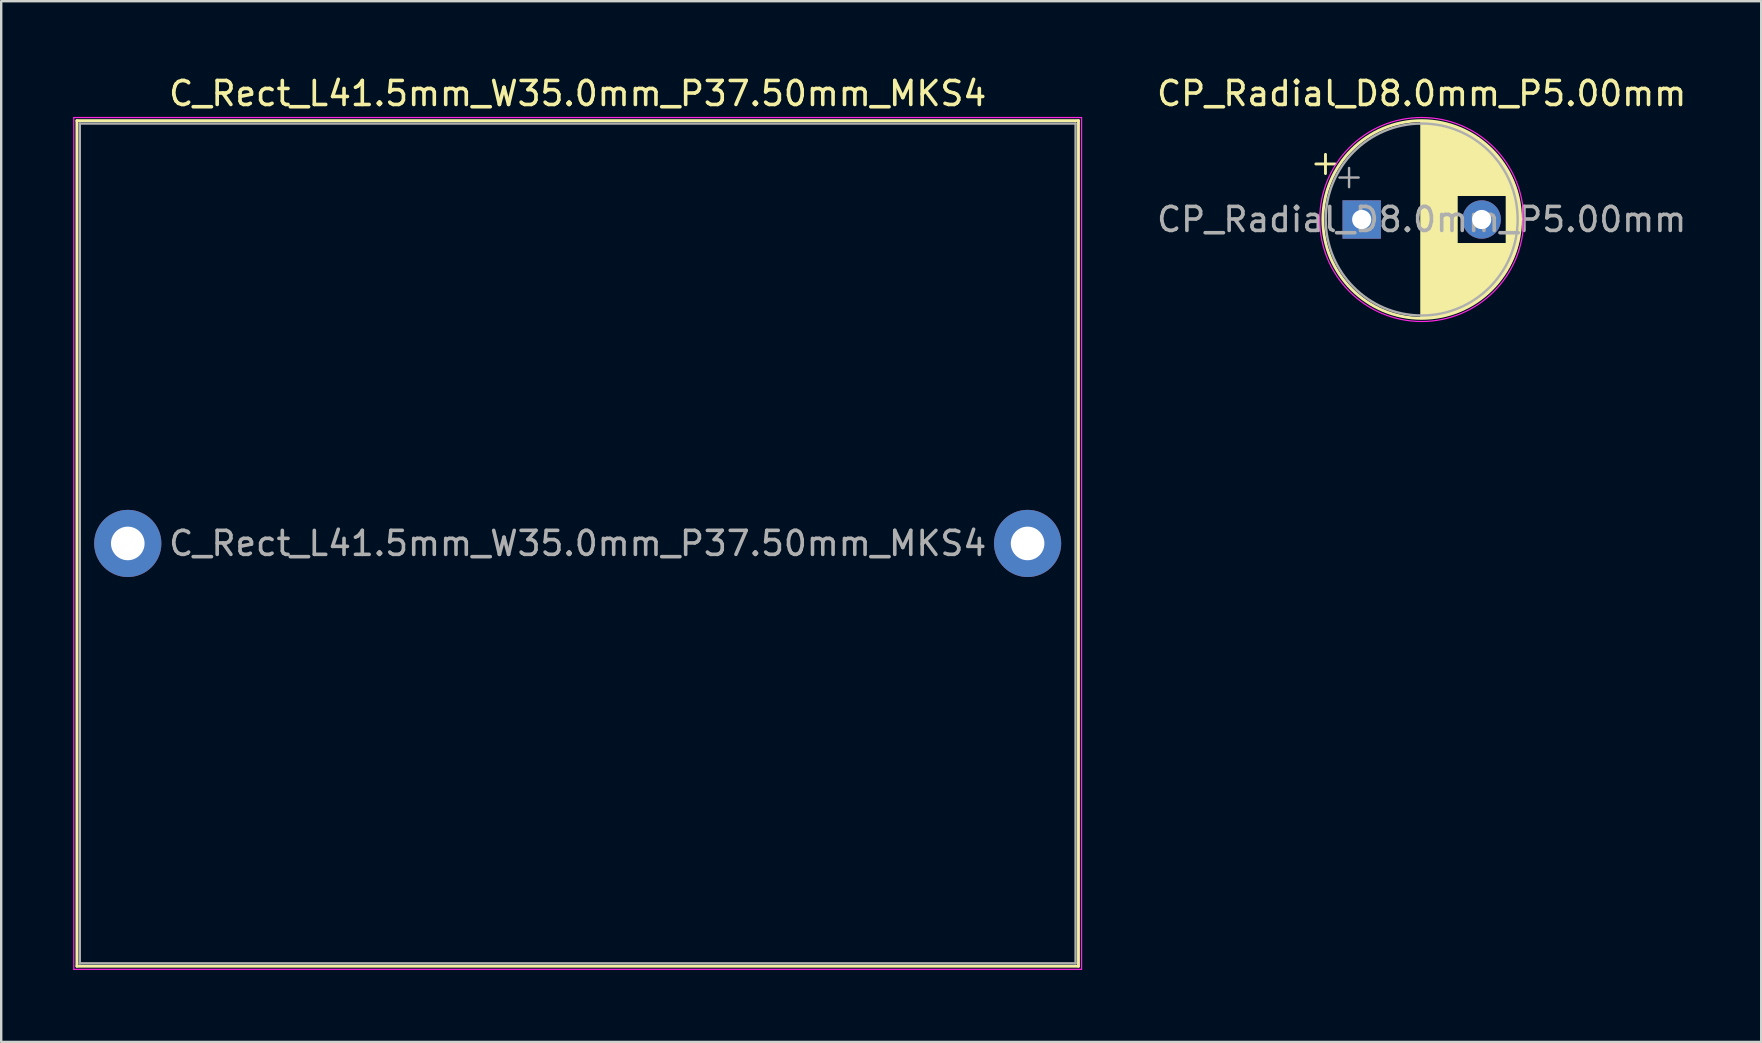
<source format=kicad_pcb>
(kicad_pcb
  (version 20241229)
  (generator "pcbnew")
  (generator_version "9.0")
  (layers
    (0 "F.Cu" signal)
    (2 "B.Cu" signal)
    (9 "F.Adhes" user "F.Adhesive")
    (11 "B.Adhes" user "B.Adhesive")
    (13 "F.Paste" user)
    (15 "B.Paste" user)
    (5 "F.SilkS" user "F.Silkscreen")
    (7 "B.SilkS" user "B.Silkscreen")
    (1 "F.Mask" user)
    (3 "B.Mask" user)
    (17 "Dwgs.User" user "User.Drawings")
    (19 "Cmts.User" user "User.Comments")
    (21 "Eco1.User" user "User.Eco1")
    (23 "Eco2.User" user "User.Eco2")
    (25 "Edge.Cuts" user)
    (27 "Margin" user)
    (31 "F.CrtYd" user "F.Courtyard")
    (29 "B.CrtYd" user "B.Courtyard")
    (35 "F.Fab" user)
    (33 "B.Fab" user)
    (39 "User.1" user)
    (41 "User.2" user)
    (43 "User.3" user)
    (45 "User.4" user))
  (footprint "CP_Radial_D8.0mm_P5.00mm"
    (layer "F.Cu")
    (at 53.699 6.098)
    (property "Reference" "CP_Radial_D8.0mm_P5.00mm" (at 2.5 -5.25 0) (layer "F.SilkS") (effects (font (size 1 1) (thickness 0.15))))
    (attr through_hole)
    (fp_line (start -1.91 -2.315) (end -1.11 -2.315) (stroke (width 0.12) (type solid)) (layer "F.SilkS"))
    (fp_line (start -1.51 -2.715) (end -1.51 -1.915) (stroke (width 0.12) (type solid)) (layer "F.SilkS"))
    (fp_line (start 2.5 -4.08) (end 2.5 4.08) (stroke (width 0.12) (type solid)) (layer "F.SilkS"))
    (fp_line (start 2.54 -4.08) (end 2.54 4.08) (stroke (width 0.12) (type solid)) (layer "F.SilkS"))
    (fp_line (start 2.58 -4.08) (end 2.58 4.08) (stroke (width 0.12) (type solid)) (layer "F.SilkS"))
    (fp_line (start 2.62 -4.079) (end 2.62 4.079) (stroke (width 0.12) (type solid)) (layer "F.SilkS"))
    (fp_line (start 2.66 -4.077) (end 2.66 4.077) (stroke (width 0.12) (type solid)) (layer "F.SilkS"))
    (fp_line (start 2.7 -4.076) (end 2.7 4.076) (stroke (width 0.12) (type solid)) (layer "F.SilkS"))
    (fp_line (start 2.74 -4.074) (end 2.74 4.074) (stroke (width 0.12) (type solid)) (layer "F.SilkS"))
    (fp_line (start 2.78 -4.071) (end 2.78 4.071) (stroke (width 0.12) (type solid)) (layer "F.SilkS"))
    (fp_line (start 2.82 -4.068) (end 2.82 4.068) (stroke (width 0.12) (type solid)) (layer "F.SilkS"))
    (fp_line (start 2.86 -4.065) (end 2.86 4.065) (stroke (width 0.12) (type solid)) (layer "F.SilkS"))
    (fp_line (start 2.9 -4.061) (end 2.9 4.061) (stroke (width 0.12) (type solid)) (layer "F.SilkS"))
    (fp_line (start 2.94 -4.057) (end 2.94 4.057) (stroke (width 0.12) (type solid)) (layer "F.SilkS"))
    (fp_line (start 2.98 -4.052) (end 2.98 4.052) (stroke (width 0.12) (type solid)) (layer "F.SilkS"))
    (fp_line (start 3.02 -4.048) (end 3.02 4.048) (stroke (width 0.12) (type solid)) (layer "F.SilkS"))
    (fp_line (start 3.06 -4.042) (end 3.06 4.042) (stroke (width 0.12) (type solid)) (layer "F.SilkS"))
    (fp_line (start 3.1 -4.037) (end 3.1 4.037) (stroke (width 0.12) (type solid)) (layer "F.SilkS"))
    (fp_line (start 3.14 -4.03) (end 3.14 4.03) (stroke (width 0.12) (type solid)) (layer "F.SilkS"))
    (fp_line (start 3.18 -4.024) (end 3.18 4.024) (stroke (width 0.12) (type solid)) (layer "F.SilkS"))
    (fp_line (start 3.221 -4.017) (end 3.221 4.017) (stroke (width 0.12) (type solid)) (layer "F.SilkS"))
    (fp_line (start 3.261 -4.01) (end 3.261 4.01) (stroke (width 0.12) (type solid)) (layer "F.SilkS"))
    (fp_line (start 3.301 -4.002) (end 3.301 4.002) (stroke (width 0.12) (type solid)) (layer "F.SilkS"))
    (fp_line (start 3.341 -3.994) (end 3.341 3.994) (stroke (width 0.12) (type solid)) (layer "F.SilkS"))
    (fp_line (start 3.381 -3.985) (end 3.381 3.985) (stroke (width 0.12) (type solid)) (layer "F.SilkS"))
    (fp_line (start 3.421 -3.976) (end 3.421 3.976) (stroke (width 0.12) (type solid)) (layer "F.SilkS"))
    (fp_line (start 3.461 -3.967) (end 3.461 3.967) (stroke (width 0.12) (type solid)) (layer "F.SilkS"))
    (fp_line (start 3.501 -3.957) (end 3.501 3.957) (stroke (width 0.12) (type solid)) (layer "F.SilkS"))
    (fp_line (start 3.541 -3.947) (end 3.541 3.947) (stroke (width 0.12) (type solid)) (layer "F.SilkS"))
    (fp_line (start 3.581 -3.936) (end 3.581 3.936) (stroke (width 0.12) (type solid)) (layer "F.SilkS"))
    (fp_line (start 3.621 -3.925) (end 3.621 3.925) (stroke (width 0.12) (type solid)) (layer "F.SilkS"))
    (fp_line (start 3.661 -3.914) (end 3.661 3.914) (stroke (width 0.12) (type solid)) (layer "F.SilkS"))
    (fp_line (start 3.701 -3.902) (end 3.701 3.902) (stroke (width 0.12) (type solid)) (layer "F.SilkS"))
    (fp_line (start 3.741 -3.889) (end 3.741 3.889) (stroke (width 0.12) (type solid)) (layer "F.SilkS"))
    (fp_line (start 3.781 -3.877) (end 3.781 3.877) (stroke (width 0.12) (type solid)) (layer "F.SilkS"))
    (fp_line (start 3.821 -3.863) (end 3.821 3.863) (stroke (width 0.12) (type solid)) (layer "F.SilkS"))
    (fp_line (start 3.861 -3.85) (end 3.861 3.85) (stroke (width 0.12) (type solid)) (layer "F.SilkS"))
    (fp_line (start 3.901 -3.835) (end 3.901 3.835) (stroke (width 0.12) (type solid)) (layer "F.SilkS"))
    (fp_line (start 3.941 -3.821) (end 3.941 3.821) (stroke (width 0.12) (type solid)) (layer "F.SilkS"))
    (fp_line (start 3.981 -3.805) (end 3.981 -1.04) (stroke (width 0.12) (type solid)) (layer "F.SilkS"))
    (fp_line (start 3.981 1.04) (end 3.981 3.805) (stroke (width 0.12) (type solid)) (layer "F.SilkS"))
    (fp_line (start 4.021 -3.79) (end 4.021 -1.04) (stroke (width 0.12) (type solid)) (layer "F.SilkS"))
    (fp_line (start 4.021 1.04) (end 4.021 3.79) (stroke (width 0.12) (type solid)) (layer "F.SilkS"))
    (fp_line (start 4.061 -3.774) (end 4.061 -1.04) (stroke (width 0.12) (type solid)) (layer "F.SilkS"))
    (fp_line (start 4.061 1.04) (end 4.061 3.774) (stroke (width 0.12) (type solid)) (layer "F.SilkS"))
    (fp_line (start 4.101 -3.757) (end 4.101 -1.04) (stroke (width 0.12) (type solid)) (layer "F.SilkS"))
    (fp_line (start 4.101 1.04) (end 4.101 3.757) (stroke (width 0.12) (type solid)) (layer "F.SilkS"))
    (fp_line (start 4.141 -3.74) (end 4.141 -1.04) (stroke (width 0.12) (type solid)) (layer "F.SilkS"))
    (fp_line (start 4.141 1.04) (end 4.141 3.74) (stroke (width 0.12) (type solid)) (layer "F.SilkS"))
    (fp_line (start 4.181 -3.722) (end 4.181 -1.04) (stroke (width 0.12) (type solid)) (layer "F.SilkS"))
    (fp_line (start 4.181 1.04) (end 4.181 3.722) (stroke (width 0.12) (type solid)) (layer "F.SilkS"))
    (fp_line (start 4.221 -3.704) (end 4.221 -1.04) (stroke (width 0.12) (type solid)) (layer "F.SilkS"))
    (fp_line (start 4.221 1.04) (end 4.221 3.704) (stroke (width 0.12) (type solid)) (layer "F.SilkS"))
    (fp_line (start 4.261 -3.686) (end 4.261 -1.04) (stroke (width 0.12) (type solid)) (layer "F.SilkS"))
    (fp_line (start 4.261 1.04) (end 4.261 3.686) (stroke (width 0.12) (type solid)) (layer "F.SilkS"))
    (fp_line (start 4.301 -3.666) (end 4.301 -1.04) (stroke (width 0.12) (type solid)) (layer "F.SilkS"))
    (fp_line (start 4.301 1.04) (end 4.301 3.666) (stroke (width 0.12) (type solid)) (layer "F.SilkS"))
    (fp_line (start 4.341 -3.647) (end 4.341 -1.04) (stroke (width 0.12) (type solid)) (layer "F.SilkS"))
    (fp_line (start 4.341 1.04) (end 4.341 3.647) (stroke (width 0.12) (type solid)) (layer "F.SilkS"))
    (fp_line (start 4.381 -3.627) (end 4.381 -1.04) (stroke (width 0.12) (type solid)) (layer "F.SilkS"))
    (fp_line (start 4.381 1.04) (end 4.381 3.627) (stroke (width 0.12) (type solid)) (layer "F.SilkS"))
    (fp_line (start 4.421 -3.606) (end 4.421 -1.04) (stroke (width 0.12) (type solid)) (layer "F.SilkS"))
    (fp_line (start 4.421 1.04) (end 4.421 3.606) (stroke (width 0.12) (type solid)) (layer "F.SilkS"))
    (fp_line (start 4.461 -3.584) (end 4.461 -1.04) (stroke (width 0.12) (type solid)) (layer "F.SilkS"))
    (fp_line (start 4.461 1.04) (end 4.461 3.584) (stroke (width 0.12) (type solid)) (layer "F.SilkS"))
    (fp_line (start 4.501 -3.562) (end 4.501 -1.04) (stroke (width 0.12) (type solid)) (layer "F.SilkS"))
    (fp_line (start 4.501 1.04) (end 4.501 3.562) (stroke (width 0.12) (type solid)) (layer "F.SilkS"))
    (fp_line (start 4.541 -3.54) (end 4.541 -1.04) (stroke (width 0.12) (type solid)) (layer "F.SilkS"))
    (fp_line (start 4.541 1.04) (end 4.541 3.54) (stroke (width 0.12) (type solid)) (layer "F.SilkS"))
    (fp_line (start 4.581 -3.517) (end 4.581 -1.04) (stroke (width 0.12) (type solid)) (layer "F.SilkS"))
    (fp_line (start 4.581 1.04) (end 4.581 3.517) (stroke (width 0.12) (type solid)) (layer "F.SilkS"))
    (fp_line (start 4.621 -3.493) (end 4.621 -1.04) (stroke (width 0.12) (type solid)) (layer "F.SilkS"))
    (fp_line (start 4.621 1.04) (end 4.621 3.493) (stroke (width 0.12) (type solid)) (layer "F.SilkS"))
    (fp_line (start 4.661 -3.469) (end 4.661 -1.04) (stroke (width 0.12) (type solid)) (layer "F.SilkS"))
    (fp_line (start 4.661 1.04) (end 4.661 3.469) (stroke (width 0.12) (type solid)) (layer "F.SilkS"))
    (fp_line (start 4.701 -3.444) (end 4.701 -1.04) (stroke (width 0.12) (type solid)) (layer "F.SilkS"))
    (fp_line (start 4.701 1.04) (end 4.701 3.444) (stroke (width 0.12) (type solid)) (layer "F.SilkS"))
    (fp_line (start 4.741 -3.418) (end 4.741 -1.04) (stroke (width 0.12) (type solid)) (layer "F.SilkS"))
    (fp_line (start 4.741 1.04) (end 4.741 3.418) (stroke (width 0.12) (type solid)) (layer "F.SilkS"))
    (fp_line (start 4.781 -3.392) (end 4.781 -1.04) (stroke (width 0.12) (type solid)) (layer "F.SilkS"))
    (fp_line (start 4.781 1.04) (end 4.781 3.392) (stroke (width 0.12) (type solid)) (layer "F.SilkS"))
    (fp_line (start 4.821 -3.365) (end 4.821 -1.04) (stroke (width 0.12) (type solid)) (layer "F.SilkS"))
    (fp_line (start 4.821 1.04) (end 4.821 3.365) (stroke (width 0.12) (type solid)) (layer "F.SilkS"))
    (fp_line (start 4.861 -3.338) (end 4.861 -1.04) (stroke (width 0.12) (type solid)) (layer "F.SilkS"))
    (fp_line (start 4.861 1.04) (end 4.861 3.338) (stroke (width 0.12) (type solid)) (layer "F.SilkS"))
    (fp_line (start 4.901 -3.309) (end 4.901 -1.04) (stroke (width 0.12) (type solid)) (layer "F.SilkS"))
    (fp_line (start 4.901 1.04) (end 4.901 3.309) (stroke (width 0.12) (type solid)) (layer "F.SilkS"))
    (fp_line (start 4.941 -3.28) (end 4.941 -1.04) (stroke (width 0.12) (type solid)) (layer "F.SilkS"))
    (fp_line (start 4.941 1.04) (end 4.941 3.28) (stroke (width 0.12) (type solid)) (layer "F.SilkS"))
    (fp_line (start 4.981 -3.25) (end 4.981 -1.04) (stroke (width 0.12) (type solid)) (layer "F.SilkS"))
    (fp_line (start 4.981 1.04) (end 4.981 3.25) (stroke (width 0.12) (type solid)) (layer "F.SilkS"))
    (fp_line (start 5.021 -3.22) (end 5.021 -1.04) (stroke (width 0.12) (type solid)) (layer "F.SilkS"))
    (fp_line (start 5.021 1.04) (end 5.021 3.22) (stroke (width 0.12) (type solid)) (layer "F.SilkS"))
    (fp_line (start 5.061 -3.189) (end 5.061 -1.04) (stroke (width 0.12) (type solid)) (layer "F.SilkS"))
    (fp_line (start 5.061 1.04) (end 5.061 3.189) (stroke (width 0.12) (type solid)) (layer "F.SilkS"))
    (fp_line (start 5.101 -3.156) (end 5.101 -1.04) (stroke (width 0.12) (type solid)) (layer "F.SilkS"))
    (fp_line (start 5.101 1.04) (end 5.101 3.156) (stroke (width 0.12) (type solid)) (layer "F.SilkS"))
    (fp_line (start 5.141 -3.124) (end 5.141 -1.04) (stroke (width 0.12) (type solid)) (layer "F.SilkS"))
    (fp_line (start 5.141 1.04) (end 5.141 3.124) (stroke (width 0.12) (type solid)) (layer "F.SilkS"))
    (fp_line (start 5.181 -3.09) (end 5.181 -1.04) (stroke (width 0.12) (type solid)) (layer "F.SilkS"))
    (fp_line (start 5.181 1.04) (end 5.181 3.09) (stroke (width 0.12) (type solid)) (layer "F.SilkS"))
    (fp_line (start 5.221 -3.055) (end 5.221 -1.04) (stroke (width 0.12) (type solid)) (layer "F.SilkS"))
    (fp_line (start 5.221 1.04) (end 5.221 3.055) (stroke (width 0.12) (type solid)) (layer "F.SilkS"))
    (fp_line (start 5.261 -3.019) (end 5.261 -1.04) (stroke (width 0.12) (type solid)) (layer "F.SilkS"))
    (fp_line (start 5.261 1.04) (end 5.261 3.019) (stroke (width 0.12) (type solid)) (layer "F.SilkS"))
    (fp_line (start 5.301 -2.983) (end 5.301 -1.04) (stroke (width 0.12) (type solid)) (layer "F.SilkS"))
    (fp_line (start 5.301 1.04) (end 5.301 2.983) (stroke (width 0.12) (type solid)) (layer "F.SilkS"))
    (fp_line (start 5.341 -2.945) (end 5.341 -1.04) (stroke (width 0.12) (type solid)) (layer "F.SilkS"))
    (fp_line (start 5.341 1.04) (end 5.341 2.945) (stroke (width 0.12) (type solid)) (layer "F.SilkS"))
    (fp_line (start 5.381 -2.907) (end 5.381 -1.04) (stroke (width 0.12) (type solid)) (layer "F.SilkS"))
    (fp_line (start 5.381 1.04) (end 5.381 2.907) (stroke (width 0.12) (type solid)) (layer "F.SilkS"))
    (fp_line (start 5.421 -2.867) (end 5.421 -1.04) (stroke (width 0.12) (type solid)) (layer "F.SilkS"))
    (fp_line (start 5.421 1.04) (end 5.421 2.867) (stroke (width 0.12) (type solid)) (layer "F.SilkS"))
    (fp_line (start 5.461 -2.826) (end 5.461 -1.04) (stroke (width 0.12) (type solid)) (layer "F.SilkS"))
    (fp_line (start 5.461 1.04) (end 5.461 2.826) (stroke (width 0.12) (type solid)) (layer "F.SilkS"))
    (fp_line (start 5.501 -2.784) (end 5.501 -1.04) (stroke (width 0.12) (type solid)) (layer "F.SilkS"))
    (fp_line (start 5.501 1.04) (end 5.501 2.784) (stroke (width 0.12) (type solid)) (layer "F.SilkS"))
    (fp_line (start 5.541 -2.741) (end 5.541 -1.04) (stroke (width 0.12) (type solid)) (layer "F.SilkS"))
    (fp_line (start 5.541 1.04) (end 5.541 2.741) (stroke (width 0.12) (type solid)) (layer "F.SilkS"))
    (fp_line (start 5.581 -2.697) (end 5.581 -1.04) (stroke (width 0.12) (type solid)) (layer "F.SilkS"))
    (fp_line (start 5.581 1.04) (end 5.581 2.697) (stroke (width 0.12) (type solid)) (layer "F.SilkS"))
    (fp_line (start 5.621 -2.651) (end 5.621 -1.04) (stroke (width 0.12) (type solid)) (layer "F.SilkS"))
    (fp_line (start 5.621 1.04) (end 5.621 2.651) (stroke (width 0.12) (type solid)) (layer "F.SilkS"))
    (fp_line (start 5.661 -2.604) (end 5.661 -1.04) (stroke (width 0.12) (type solid)) (layer "F.SilkS"))
    (fp_line (start 5.661 1.04) (end 5.661 2.604) (stroke (width 0.12) (type solid)) (layer "F.SilkS"))
    (fp_line (start 5.701 -2.556) (end 5.701 -1.04) (stroke (width 0.12) (type solid)) (layer "F.SilkS"))
    (fp_line (start 5.701 1.04) (end 5.701 2.556) (stroke (width 0.12) (type solid)) (layer "F.SilkS"))
    (fp_line (start 5.741 -2.505) (end 5.741 -1.04) (stroke (width 0.12) (type solid)) (layer "F.SilkS"))
    (fp_line (start 5.741 1.04) (end 5.741 2.505) (stroke (width 0.12) (type solid)) (layer "F.SilkS"))
    (fp_line (start 5.781 -2.454) (end 5.781 -1.04) (stroke (width 0.12) (type solid)) (layer "F.SilkS"))
    (fp_line (start 5.781 1.04) (end 5.781 2.454) (stroke (width 0.12) (type solid)) (layer "F.SilkS"))
    (fp_line (start 5.821 -2.4) (end 5.821 -1.04) (stroke (width 0.12) (type solid)) (layer "F.SilkS"))
    (fp_line (start 5.821 1.04) (end 5.821 2.4) (stroke (width 0.12) (type solid)) (layer "F.SilkS"))
    (fp_line (start 5.861 -2.345) (end 5.861 -1.04) (stroke (width 0.12) (type solid)) (layer "F.SilkS"))
    (fp_line (start 5.861 1.04) (end 5.861 2.345) (stroke (width 0.12) (type solid)) (layer "F.SilkS"))
    (fp_line (start 5.901 -2.287) (end 5.901 -1.04) (stroke (width 0.12) (type solid)) (layer "F.SilkS"))
    (fp_line (start 5.901 1.04) (end 5.901 2.287) (stroke (width 0.12) (type solid)) (layer "F.SilkS"))
    (fp_line (start 5.941 -2.228) (end 5.941 -1.04) (stroke (width 0.12) (type solid)) (layer "F.SilkS"))
    (fp_line (start 5.941 1.04) (end 5.941 2.228) (stroke (width 0.12) (type solid)) (layer "F.SilkS"))
    (fp_line (start 5.981 -2.166) (end 5.981 -1.04) (stroke (width 0.12) (type solid)) (layer "F.SilkS"))
    (fp_line (start 5.981 1.04) (end 5.981 2.166) (stroke (width 0.12) (type solid)) (layer "F.SilkS"))
    (fp_line (start 6.021 -2.102) (end 6.021 -1.04) (stroke (width 0.12) (type solid)) (layer "F.SilkS"))
    (fp_line (start 6.021 1.04) (end 6.021 2.102) (stroke (width 0.12) (type solid)) (layer "F.SilkS"))
    (fp_line (start 6.061 -2.034) (end 6.061 2.034) (stroke (width 0.12) (type solid)) (layer "F.SilkS"))
    (fp_line (start 6.101 -1.964) (end 6.101 1.964) (stroke (width 0.12) (type solid)) (layer "F.SilkS"))
    (fp_line (start 6.141 -1.89) (end 6.141 1.89) (stroke (width 0.12) (type solid)) (layer "F.SilkS"))
    (fp_line (start 6.181 -1.813) (end 6.181 1.813) (stroke (width 0.12) (type solid)) (layer "F.SilkS"))
    (fp_line (start 6.221 -1.731) (end 6.221 1.731) (stroke (width 0.12) (type solid)) (layer "F.SilkS"))
    (fp_line (start 6.261 -1.645) (end 6.261 1.645) (stroke (width 0.12) (type solid)) (layer "F.SilkS"))
    (fp_line (start 6.301 -1.552) (end 6.301 1.552) (stroke (width 0.12) (type solid)) (layer "F.SilkS"))
    (fp_line (start 6.341 -1.453) (end 6.341 1.453) (stroke (width 0.12) (type solid)) (layer "F.SilkS"))
    (fp_line (start 6.381 -1.346) (end 6.381 1.346) (stroke (width 0.12) (type solid)) (layer "F.SilkS"))
    (fp_line (start 6.421 -1.229) (end 6.421 1.229) (stroke (width 0.12) (type solid)) (layer "F.SilkS"))
    (fp_line (start 6.461 -1.098) (end 6.461 1.098) (stroke (width 0.12) (type solid)) (layer "F.SilkS"))
    (fp_line (start 6.501 -0.948) (end 6.501 0.948) (stroke (width 0.12) (type solid)) (layer "F.SilkS"))
    (fp_line (start 6.541 -0.768) (end 6.541 0.768) (stroke (width 0.12) (type solid)) (layer "F.SilkS"))
    (fp_line (start 6.581 -0.533) (end 6.581 0.533) (stroke (width 0.12) (type solid)) (layer "F.SilkS"))
    (fp_circle (center 2.5 0) (end 6.62 0) (stroke (width 0.12) (type solid)) (fill no) (layer "F.SilkS"))
    (fp_circle (center 2.5 0) (end 6.75 0) (stroke (width 0.05) (type solid)) (fill no) (layer "F.CrtYd"))
    (fp_line (start -0.927 -1.748) (end -0.127 -1.748) (stroke (width 0.1) (type solid)) (layer "F.Fab"))
    (fp_line (start -0.527 -2.147) (end -0.527 -1.347) (stroke (width 0.1) (type solid)) (layer "F.Fab"))
    (fp_circle (center 2.5 0) (end 6.5 0) (stroke (width 0.1) (type solid)) (fill no) (layer "F.Fab"))
    (fp_text user "${REFERENCE}" (at 2.5 0 0) (layer "F.Fab") (effects (font (size 1 1) (thickness 0.15))))
    (pad "1" thru_hole rect (at 0 0) (size 1.6 1.6) (drill 0.8) (layers "*.Cu" "*.Mask"))
    (pad "2" thru_hole circle (at 5 0) (size 1.6 1.6) (drill 0.8) (layers "*.Cu" "*.Mask")))
  (footprint "C_Rect_L41.5mm_W35.0mm_P37.50mm_MKS4"
    (layer "F.Cu")
    (at 2.275 19.598)
    (property "Reference" "C_Rect_L41.5mm_W35.0mm_P37.50mm_MKS4" (at 18.75 -18.75 0) (layer "F.SilkS") (effects (font (size 1 1) (thickness 0.15))))
    (attr through_hole)
    (fp_line (start -2.12 -17.62) (end -2.12 17.62) (stroke (width 0.12) (type solid)) (layer "F.SilkS"))
    (fp_line (start -2.12 -17.62) (end 39.62 -17.62) (stroke (width 0.12) (type solid)) (layer "F.SilkS"))
    (fp_line (start -2.12 17.62) (end 39.62 17.62) (stroke (width 0.12) (type solid)) (layer "F.SilkS"))
    (fp_line (start 39.62 -17.62) (end 39.62 17.62) (stroke (width 0.12) (type solid)) (layer "F.SilkS"))
    (fp_line (start -2.25 -17.75) (end -2.25 17.75) (stroke (width 0.05) (type solid)) (layer "F.CrtYd"))
    (fp_line (start -2.25 17.75) (end 39.75 17.75) (stroke (width 0.05) (type solid)) (layer "F.CrtYd"))
    (fp_line (start 39.75 -17.75) (end -2.25 -17.75) (stroke (width 0.05) (type solid)) (layer "F.CrtYd"))
    (fp_line (start 39.75 17.75) (end 39.75 -17.75) (stroke (width 0.05) (type solid)) (layer "F.CrtYd"))
    (fp_line (start -2 -17.5) (end -2 17.5) (stroke (width 0.1) (type solid)) (layer "F.Fab"))
    (fp_line (start -2 17.5) (end 39.5 17.5) (stroke (width 0.1) (type solid)) (layer "F.Fab"))
    (fp_line (start 39.5 -17.5) (end -2 -17.5) (stroke (width 0.1) (type solid)) (layer "F.Fab"))
    (fp_line (start 39.5 17.5) (end 39.5 -17.5) (stroke (width 0.1) (type solid)) (layer "F.Fab"))
    (fp_text user "${REFERENCE}" (at 18.75 0 0) (layer "F.Fab") (effects (font (size 1 1) (thickness 0.15))))
    (pad "1" thru_hole circle (at 0 0) (size 2.8 2.8) (drill 1.4) (layers "*.Cu" "*.Mask"))
    (pad "2" thru_hole circle (at 37.5 0) (size 2.8 2.8) (drill 1.4) (layers "*.Cu" "*.Mask")))
  (gr_rect
    (start -3 -3)
    (end 70.348 40.373)
    (stroke (width 0.1) (type default))
    (fill no)
    (layer "Edge.Cuts")))
</source>
